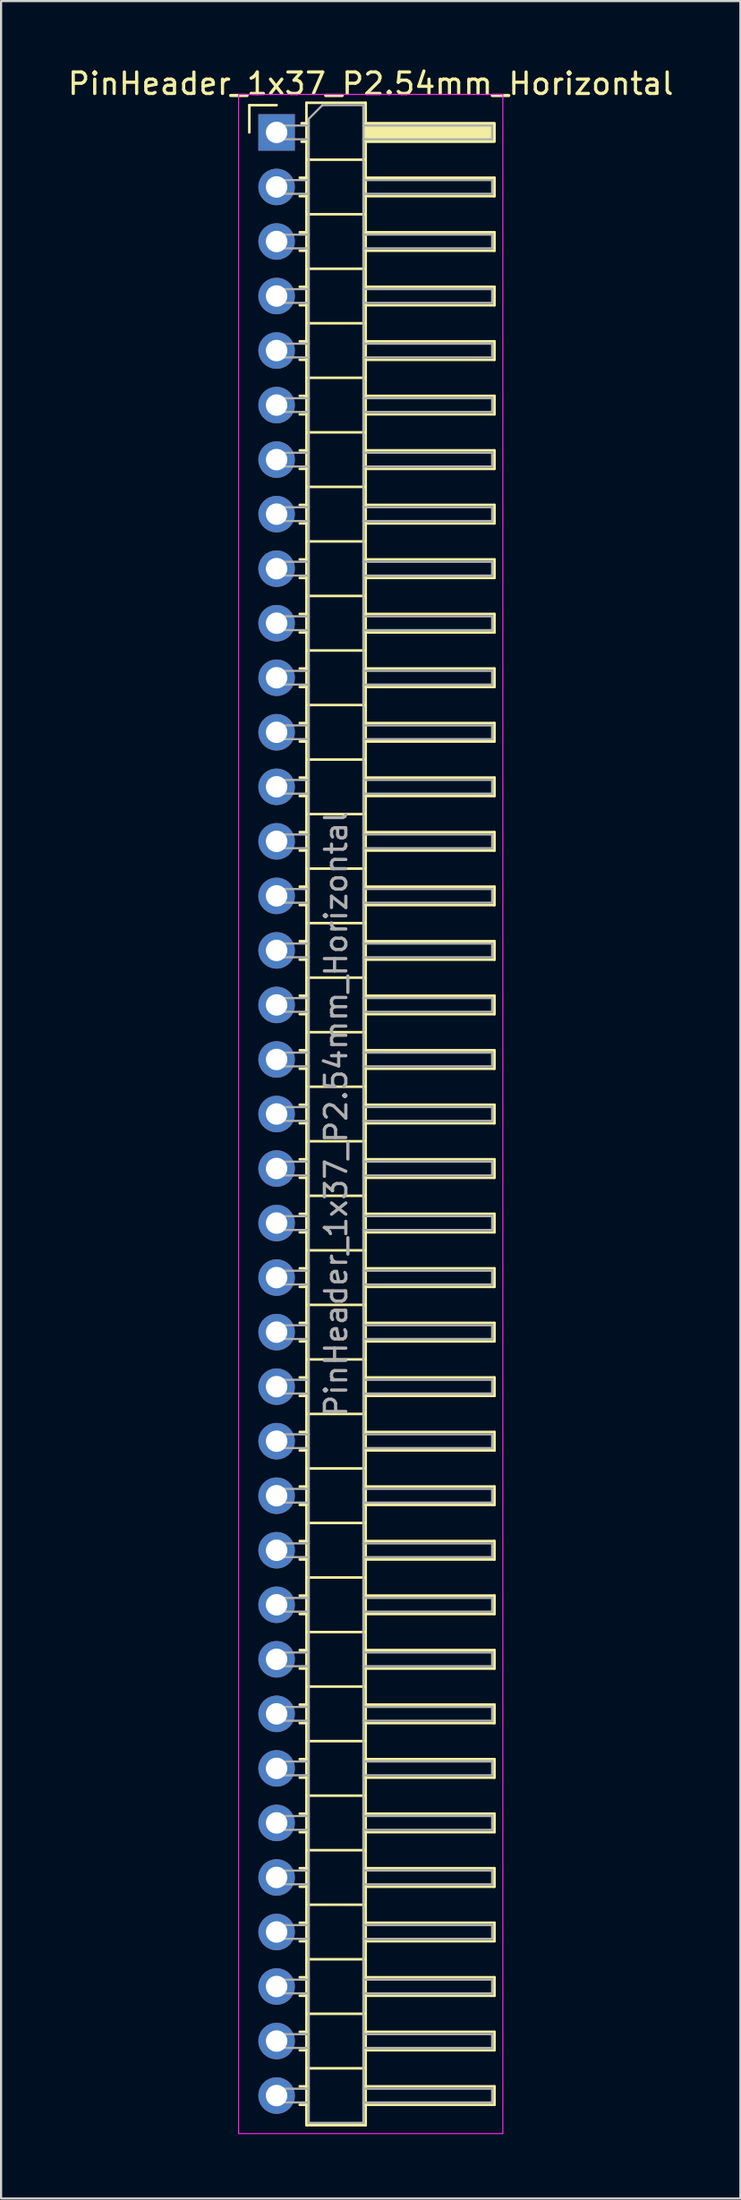
<source format=kicad_pcb>
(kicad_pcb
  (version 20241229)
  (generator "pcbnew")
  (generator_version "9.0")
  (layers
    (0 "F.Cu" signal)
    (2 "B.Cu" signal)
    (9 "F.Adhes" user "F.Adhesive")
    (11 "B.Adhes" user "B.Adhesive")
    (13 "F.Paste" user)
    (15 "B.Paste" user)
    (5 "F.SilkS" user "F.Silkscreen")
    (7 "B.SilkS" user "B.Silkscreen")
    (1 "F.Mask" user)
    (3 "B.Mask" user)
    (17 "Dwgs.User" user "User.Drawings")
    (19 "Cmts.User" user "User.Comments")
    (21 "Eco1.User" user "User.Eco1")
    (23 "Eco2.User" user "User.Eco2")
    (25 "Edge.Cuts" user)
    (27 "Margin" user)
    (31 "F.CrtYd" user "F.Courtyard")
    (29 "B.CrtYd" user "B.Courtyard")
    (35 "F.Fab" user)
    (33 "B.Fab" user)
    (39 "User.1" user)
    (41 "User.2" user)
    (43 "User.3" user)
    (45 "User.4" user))
  (footprint "PinHeader_1x37_P2.54mm_Horizontal"
    (layer "F.Cu")
    (at 9.835 3.118)
    (property "Reference" "PinHeader_1x37_P2.54mm_Horizontal" (at 4.385 -2.27 0) (layer "F.SilkS") (effects (font (size 1 1) (thickness 0.15))))
    (attr through_hole)
    (fp_line (start -1.27 -1.27) (end 0 -1.27) (stroke (width 0.12) (type solid)) (layer "F.SilkS"))
    (fp_line (start -1.27 0) (end -1.27 -1.27) (stroke (width 0.12) (type solid)) (layer "F.SilkS"))
    (fp_line (start 1.077 2.11) (end 1.39 2.11) (stroke (width 0.12) (type solid)) (layer "F.SilkS"))
    (fp_line (start 1.077 2.97) (end 1.39 2.97) (stroke (width 0.12) (type solid)) (layer "F.SilkS"))
    (fp_line (start 1.077 4.65) (end 1.39 4.65) (stroke (width 0.12) (type solid)) (layer "F.SilkS"))
    (fp_line (start 1.077 5.51) (end 1.39 5.51) (stroke (width 0.12) (type solid)) (layer "F.SilkS"))
    (fp_line (start 1.077 7.19) (end 1.39 7.19) (stroke (width 0.12) (type solid)) (layer "F.SilkS"))
    (fp_line (start 1.077 8.05) (end 1.39 8.05) (stroke (width 0.12) (type solid)) (layer "F.SilkS"))
    (fp_line (start 1.077 9.73) (end 1.39 9.73) (stroke (width 0.12) (type solid)) (layer "F.SilkS"))
    (fp_line (start 1.077 10.59) (end 1.39 10.59) (stroke (width 0.12) (type solid)) (layer "F.SilkS"))
    (fp_line (start 1.077 12.27) (end 1.39 12.27) (stroke (width 0.12) (type solid)) (layer "F.SilkS"))
    (fp_line (start 1.077 13.13) (end 1.39 13.13) (stroke (width 0.12) (type solid)) (layer "F.SilkS"))
    (fp_line (start 1.077 14.81) (end 1.39 14.81) (stroke (width 0.12) (type solid)) (layer "F.SilkS"))
    (fp_line (start 1.077 15.67) (end 1.39 15.67) (stroke (width 0.12) (type solid)) (layer "F.SilkS"))
    (fp_line (start 1.077 17.35) (end 1.39 17.35) (stroke (width 0.12) (type solid)) (layer "F.SilkS"))
    (fp_line (start 1.077 18.21) (end 1.39 18.21) (stroke (width 0.12) (type solid)) (layer "F.SilkS"))
    (fp_line (start 1.077 19.89) (end 1.39 19.89) (stroke (width 0.12) (type solid)) (layer "F.SilkS"))
    (fp_line (start 1.077 20.75) (end 1.39 20.75) (stroke (width 0.12) (type solid)) (layer "F.SilkS"))
    (fp_line (start 1.077 22.43) (end 1.39 22.43) (stroke (width 0.12) (type solid)) (layer "F.SilkS"))
    (fp_line (start 1.077 23.29) (end 1.39 23.29) (stroke (width 0.12) (type solid)) (layer "F.SilkS"))
    (fp_line (start 1.077 24.97) (end 1.39 24.97) (stroke (width 0.12) (type solid)) (layer "F.SilkS"))
    (fp_line (start 1.077 25.83) (end 1.39 25.83) (stroke (width 0.12) (type solid)) (layer "F.SilkS"))
    (fp_line (start 1.077 27.51) (end 1.39 27.51) (stroke (width 0.12) (type solid)) (layer "F.SilkS"))
    (fp_line (start 1.077 28.37) (end 1.39 28.37) (stroke (width 0.12) (type solid)) (layer "F.SilkS"))
    (fp_line (start 1.077 30.05) (end 1.39 30.05) (stroke (width 0.12) (type solid)) (layer "F.SilkS"))
    (fp_line (start 1.077 30.91) (end 1.39 30.91) (stroke (width 0.12) (type solid)) (layer "F.SilkS"))
    (fp_line (start 1.077 32.59) (end 1.39 32.59) (stroke (width 0.12) (type solid)) (layer "F.SilkS"))
    (fp_line (start 1.077 33.45) (end 1.39 33.45) (stroke (width 0.12) (type solid)) (layer "F.SilkS"))
    (fp_line (start 1.077 35.13) (end 1.39 35.13) (stroke (width 0.12) (type solid)) (layer "F.SilkS"))
    (fp_line (start 1.077 35.99) (end 1.39 35.99) (stroke (width 0.12) (type solid)) (layer "F.SilkS"))
    (fp_line (start 1.077 37.67) (end 1.39 37.67) (stroke (width 0.12) (type solid)) (layer "F.SilkS"))
    (fp_line (start 1.077 38.53) (end 1.39 38.53) (stroke (width 0.12) (type solid)) (layer "F.SilkS"))
    (fp_line (start 1.077 40.21) (end 1.39 40.21) (stroke (width 0.12) (type solid)) (layer "F.SilkS"))
    (fp_line (start 1.077 41.07) (end 1.39 41.07) (stroke (width 0.12) (type solid)) (layer "F.SilkS"))
    (fp_line (start 1.077 42.75) (end 1.39 42.75) (stroke (width 0.12) (type solid)) (layer "F.SilkS"))
    (fp_line (start 1.077 43.61) (end 1.39 43.61) (stroke (width 0.12) (type solid)) (layer "F.SilkS"))
    (fp_line (start 1.077 45.29) (end 1.39 45.29) (stroke (width 0.12) (type solid)) (layer "F.SilkS"))
    (fp_line (start 1.077 46.15) (end 1.39 46.15) (stroke (width 0.12) (type solid)) (layer "F.SilkS"))
    (fp_line (start 1.077 47.83) (end 1.39 47.83) (stroke (width 0.12) (type solid)) (layer "F.SilkS"))
    (fp_line (start 1.077 48.69) (end 1.39 48.69) (stroke (width 0.12) (type solid)) (layer "F.SilkS"))
    (fp_line (start 1.077 50.37) (end 1.39 50.37) (stroke (width 0.12) (type solid)) (layer "F.SilkS"))
    (fp_line (start 1.077 51.23) (end 1.39 51.23) (stroke (width 0.12) (type solid)) (layer "F.SilkS"))
    (fp_line (start 1.077 52.91) (end 1.39 52.91) (stroke (width 0.12) (type solid)) (layer "F.SilkS"))
    (fp_line (start 1.077 53.77) (end 1.39 53.77) (stroke (width 0.12) (type solid)) (layer "F.SilkS"))
    (fp_line (start 1.077 55.45) (end 1.39 55.45) (stroke (width 0.12) (type solid)) (layer "F.SilkS"))
    (fp_line (start 1.077 56.31) (end 1.39 56.31) (stroke (width 0.12) (type solid)) (layer "F.SilkS"))
    (fp_line (start 1.077 57.99) (end 1.39 57.99) (stroke (width 0.12) (type solid)) (layer "F.SilkS"))
    (fp_line (start 1.077 58.85) (end 1.39 58.85) (stroke (width 0.12) (type solid)) (layer "F.SilkS"))
    (fp_line (start 1.077 60.53) (end 1.39 60.53) (stroke (width 0.12) (type solid)) (layer "F.SilkS"))
    (fp_line (start 1.077 61.39) (end 1.39 61.39) (stroke (width 0.12) (type solid)) (layer "F.SilkS"))
    (fp_line (start 1.077 63.07) (end 1.39 63.07) (stroke (width 0.12) (type solid)) (layer "F.SilkS"))
    (fp_line (start 1.077 63.93) (end 1.39 63.93) (stroke (width 0.12) (type solid)) (layer "F.SilkS"))
    (fp_line (start 1.077 65.61) (end 1.39 65.61) (stroke (width 0.12) (type solid)) (layer "F.SilkS"))
    (fp_line (start 1.077 66.47) (end 1.39 66.47) (stroke (width 0.12) (type solid)) (layer "F.SilkS"))
    (fp_line (start 1.077 68.15) (end 1.39 68.15) (stroke (width 0.12) (type solid)) (layer "F.SilkS"))
    (fp_line (start 1.077 69.01) (end 1.39 69.01) (stroke (width 0.12) (type solid)) (layer "F.SilkS"))
    (fp_line (start 1.077 70.69) (end 1.39 70.69) (stroke (width 0.12) (type solid)) (layer "F.SilkS"))
    (fp_line (start 1.077 71.55) (end 1.39 71.55) (stroke (width 0.12) (type solid)) (layer "F.SilkS"))
    (fp_line (start 1.077 73.23) (end 1.39 73.23) (stroke (width 0.12) (type solid)) (layer "F.SilkS"))
    (fp_line (start 1.077 74.09) (end 1.39 74.09) (stroke (width 0.12) (type solid)) (layer "F.SilkS"))
    (fp_line (start 1.077 75.77) (end 1.39 75.77) (stroke (width 0.12) (type solid)) (layer "F.SilkS"))
    (fp_line (start 1.077 76.63) (end 1.39 76.63) (stroke (width 0.12) (type solid)) (layer "F.SilkS"))
    (fp_line (start 1.077 78.31) (end 1.39 78.31) (stroke (width 0.12) (type solid)) (layer "F.SilkS"))
    (fp_line (start 1.077 79.17) (end 1.39 79.17) (stroke (width 0.12) (type solid)) (layer "F.SilkS"))
    (fp_line (start 1.077 80.85) (end 1.39 80.85) (stroke (width 0.12) (type solid)) (layer "F.SilkS"))
    (fp_line (start 1.077 81.71) (end 1.39 81.71) (stroke (width 0.12) (type solid)) (layer "F.SilkS"))
    (fp_line (start 1.077 83.39) (end 1.39 83.39) (stroke (width 0.12) (type solid)) (layer "F.SilkS"))
    (fp_line (start 1.077 84.25) (end 1.39 84.25) (stroke (width 0.12) (type solid)) (layer "F.SilkS"))
    (fp_line (start 1.077 85.93) (end 1.39 85.93) (stroke (width 0.12) (type solid)) (layer "F.SilkS"))
    (fp_line (start 1.077 86.79) (end 1.39 86.79) (stroke (width 0.12) (type solid)) (layer "F.SilkS"))
    (fp_line (start 1.077 88.47) (end 1.39 88.47) (stroke (width 0.12) (type solid)) (layer "F.SilkS"))
    (fp_line (start 1.077 89.33) (end 1.39 89.33) (stroke (width 0.12) (type solid)) (layer "F.SilkS"))
    (fp_line (start 1.077 91.01) (end 1.39 91.01) (stroke (width 0.12) (type solid)) (layer "F.SilkS"))
    (fp_line (start 1.077 91.87) (end 1.39 91.87) (stroke (width 0.12) (type solid)) (layer "F.SilkS"))
    (fp_line (start 1.16 -0.43) (end 1.39 -0.43) (stroke (width 0.12) (type solid)) (layer "F.SilkS"))
    (fp_line (start 1.16 0.43) (end 1.39 0.43) (stroke (width 0.12) (type solid)) (layer "F.SilkS"))
    (fp_line (start 1.39 -1.38) (end 1.39 92.82) (stroke (width 0.12) (type solid)) (layer "F.SilkS"))
    (fp_line (start 1.39 1.27) (end 4.15 1.27) (stroke (width 0.12) (type solid)) (layer "F.SilkS"))
    (fp_line (start 1.39 3.81) (end 4.15 3.81) (stroke (width 0.12) (type solid)) (layer "F.SilkS"))
    (fp_line (start 1.39 6.35) (end 4.15 6.35) (stroke (width 0.12) (type solid)) (layer "F.SilkS"))
    (fp_line (start 1.39 8.89) (end 4.15 8.89) (stroke (width 0.12) (type solid)) (layer "F.SilkS"))
    (fp_line (start 1.39 11.43) (end 4.15 11.43) (stroke (width 0.12) (type solid)) (layer "F.SilkS"))
    (fp_line (start 1.39 13.97) (end 4.15 13.97) (stroke (width 0.12) (type solid)) (layer "F.SilkS"))
    (fp_line (start 1.39 16.51) (end 4.15 16.51) (stroke (width 0.12) (type solid)) (layer "F.SilkS"))
    (fp_line (start 1.39 19.05) (end 4.15 19.05) (stroke (width 0.12) (type solid)) (layer "F.SilkS"))
    (fp_line (start 1.39 21.59) (end 4.15 21.59) (stroke (width 0.12) (type solid)) (layer "F.SilkS"))
    (fp_line (start 1.39 24.13) (end 4.15 24.13) (stroke (width 0.12) (type solid)) (layer "F.SilkS"))
    (fp_line (start 1.39 26.67) (end 4.15 26.67) (stroke (width 0.12) (type solid)) (layer "F.SilkS"))
    (fp_line (start 1.39 29.21) (end 4.15 29.21) (stroke (width 0.12) (type solid)) (layer "F.SilkS"))
    (fp_line (start 1.39 31.75) (end 4.15 31.75) (stroke (width 0.12) (type solid)) (layer "F.SilkS"))
    (fp_line (start 1.39 34.29) (end 4.15 34.29) (stroke (width 0.12) (type solid)) (layer "F.SilkS"))
    (fp_line (start 1.39 36.83) (end 4.15 36.83) (stroke (width 0.12) (type solid)) (layer "F.SilkS"))
    (fp_line (start 1.39 39.37) (end 4.15 39.37) (stroke (width 0.12) (type solid)) (layer "F.SilkS"))
    (fp_line (start 1.39 41.91) (end 4.15 41.91) (stroke (width 0.12) (type solid)) (layer "F.SilkS"))
    (fp_line (start 1.39 44.45) (end 4.15 44.45) (stroke (width 0.12) (type solid)) (layer "F.SilkS"))
    (fp_line (start 1.39 46.99) (end 4.15 46.99) (stroke (width 0.12) (type solid)) (layer "F.SilkS"))
    (fp_line (start 1.39 49.53) (end 4.15 49.53) (stroke (width 0.12) (type solid)) (layer "F.SilkS"))
    (fp_line (start 1.39 52.07) (end 4.15 52.07) (stroke (width 0.12) (type solid)) (layer "F.SilkS"))
    (fp_line (start 1.39 54.61) (end 4.15 54.61) (stroke (width 0.12) (type solid)) (layer "F.SilkS"))
    (fp_line (start 1.39 57.15) (end 4.15 57.15) (stroke (width 0.12) (type solid)) (layer "F.SilkS"))
    (fp_line (start 1.39 59.69) (end 4.15 59.69) (stroke (width 0.12) (type solid)) (layer "F.SilkS"))
    (fp_line (start 1.39 62.23) (end 4.15 62.23) (stroke (width 0.12) (type solid)) (layer "F.SilkS"))
    (fp_line (start 1.39 64.77) (end 4.15 64.77) (stroke (width 0.12) (type solid)) (layer "F.SilkS"))
    (fp_line (start 1.39 67.31) (end 4.15 67.31) (stroke (width 0.12) (type solid)) (layer "F.SilkS"))
    (fp_line (start 1.39 69.85) (end 4.15 69.85) (stroke (width 0.12) (type solid)) (layer "F.SilkS"))
    (fp_line (start 1.39 72.39) (end 4.15 72.39) (stroke (width 0.12) (type solid)) (layer "F.SilkS"))
    (fp_line (start 1.39 74.93) (end 4.15 74.93) (stroke (width 0.12) (type solid)) (layer "F.SilkS"))
    (fp_line (start 1.39 77.47) (end 4.15 77.47) (stroke (width 0.12) (type solid)) (layer "F.SilkS"))
    (fp_line (start 1.39 80.01) (end 4.15 80.01) (stroke (width 0.12) (type solid)) (layer "F.SilkS"))
    (fp_line (start 1.39 82.55) (end 4.15 82.55) (stroke (width 0.12) (type solid)) (layer "F.SilkS"))
    (fp_line (start 1.39 85.09) (end 4.15 85.09) (stroke (width 0.12) (type solid)) (layer "F.SilkS"))
    (fp_line (start 1.39 87.63) (end 4.15 87.63) (stroke (width 0.12) (type solid)) (layer "F.SilkS"))
    (fp_line (start 1.39 90.17) (end 4.15 90.17) (stroke (width 0.12) (type solid)) (layer "F.SilkS"))
    (fp_line (start 1.39 92.82) (end 4.15 92.82) (stroke (width 0.12) (type solid)) (layer "F.SilkS"))
    (fp_line (start 4.15 -1.38) (end 1.39 -1.38) (stroke (width 0.12) (type solid)) (layer "F.SilkS"))
    (fp_line (start 4.15 2.11) (end 10.15 2.11) (stroke (width 0.12) (type solid)) (layer "F.SilkS"))
    (fp_line (start 4.15 4.65) (end 10.15 4.65) (stroke (width 0.12) (type solid)) (layer "F.SilkS"))
    (fp_line (start 4.15 7.19) (end 10.15 7.19) (stroke (width 0.12) (type solid)) (layer "F.SilkS"))
    (fp_line (start 4.15 9.73) (end 10.15 9.73) (stroke (width 0.12) (type solid)) (layer "F.SilkS"))
    (fp_line (start 4.15 12.27) (end 10.15 12.27) (stroke (width 0.12) (type solid)) (layer "F.SilkS"))
    (fp_line (start 4.15 14.81) (end 10.15 14.81) (stroke (width 0.12) (type solid)) (layer "F.SilkS"))
    (fp_line (start 4.15 17.35) (end 10.15 17.35) (stroke (width 0.12) (type solid)) (layer "F.SilkS"))
    (fp_line (start 4.15 19.89) (end 10.15 19.89) (stroke (width 0.12) (type solid)) (layer "F.SilkS"))
    (fp_line (start 4.15 22.43) (end 10.15 22.43) (stroke (width 0.12) (type solid)) (layer "F.SilkS"))
    (fp_line (start 4.15 24.97) (end 10.15 24.97) (stroke (width 0.12) (type solid)) (layer "F.SilkS"))
    (fp_line (start 4.15 27.51) (end 10.15 27.51) (stroke (width 0.12) (type solid)) (layer "F.SilkS"))
    (fp_line (start 4.15 30.05) (end 10.15 30.05) (stroke (width 0.12) (type solid)) (layer "F.SilkS"))
    (fp_line (start 4.15 32.59) (end 10.15 32.59) (stroke (width 0.12) (type solid)) (layer "F.SilkS"))
    (fp_line (start 4.15 35.13) (end 10.15 35.13) (stroke (width 0.12) (type solid)) (layer "F.SilkS"))
    (fp_line (start 4.15 37.67) (end 10.15 37.67) (stroke (width 0.12) (type solid)) (layer "F.SilkS"))
    (fp_line (start 4.15 40.21) (end 10.15 40.21) (stroke (width 0.12) (type solid)) (layer "F.SilkS"))
    (fp_line (start 4.15 42.75) (end 10.15 42.75) (stroke (width 0.12) (type solid)) (layer "F.SilkS"))
    (fp_line (start 4.15 45.29) (end 10.15 45.29) (stroke (width 0.12) (type solid)) (layer "F.SilkS"))
    (fp_line (start 4.15 47.83) (end 10.15 47.83) (stroke (width 0.12) (type solid)) (layer "F.SilkS"))
    (fp_line (start 4.15 50.37) (end 10.15 50.37) (stroke (width 0.12) (type solid)) (layer "F.SilkS"))
    (fp_line (start 4.15 52.91) (end 10.15 52.91) (stroke (width 0.12) (type solid)) (layer "F.SilkS"))
    (fp_line (start 4.15 55.45) (end 10.15 55.45) (stroke (width 0.12) (type solid)) (layer "F.SilkS"))
    (fp_line (start 4.15 57.99) (end 10.15 57.99) (stroke (width 0.12) (type solid)) (layer "F.SilkS"))
    (fp_line (start 4.15 60.53) (end 10.15 60.53) (stroke (width 0.12) (type solid)) (layer "F.SilkS"))
    (fp_line (start 4.15 63.07) (end 10.15 63.07) (stroke (width 0.12) (type solid)) (layer "F.SilkS"))
    (fp_line (start 4.15 65.61) (end 10.15 65.61) (stroke (width 0.12) (type solid)) (layer "F.SilkS"))
    (fp_line (start 4.15 68.15) (end 10.15 68.15) (stroke (width 0.12) (type solid)) (layer "F.SilkS"))
    (fp_line (start 4.15 70.69) (end 10.15 70.69) (stroke (width 0.12) (type solid)) (layer "F.SilkS"))
    (fp_line (start 4.15 73.23) (end 10.15 73.23) (stroke (width 0.12) (type solid)) (layer "F.SilkS"))
    (fp_line (start 4.15 75.77) (end 10.15 75.77) (stroke (width 0.12) (type solid)) (layer "F.SilkS"))
    (fp_line (start 4.15 78.31) (end 10.15 78.31) (stroke (width 0.12) (type solid)) (layer "F.SilkS"))
    (fp_line (start 4.15 80.85) (end 10.15 80.85) (stroke (width 0.12) (type solid)) (layer "F.SilkS"))
    (fp_line (start 4.15 83.39) (end 10.15 83.39) (stroke (width 0.12) (type solid)) (layer "F.SilkS"))
    (fp_line (start 4.15 85.93) (end 10.15 85.93) (stroke (width 0.12) (type solid)) (layer "F.SilkS"))
    (fp_line (start 4.15 88.47) (end 10.15 88.47) (stroke (width 0.12) (type solid)) (layer "F.SilkS"))
    (fp_line (start 4.15 91.01) (end 10.15 91.01) (stroke (width 0.12) (type solid)) (layer "F.SilkS"))
    (fp_line (start 4.15 92.82) (end 4.15 -1.38) (stroke (width 0.12) (type solid)) (layer "F.SilkS"))
    (fp_line (start 10.15 2.11) (end 10.15 2.97) (stroke (width 0.12) (type solid)) (layer "F.SilkS"))
    (fp_line (start 10.15 2.97) (end 4.15 2.97) (stroke (width 0.12) (type solid)) (layer "F.SilkS"))
    (fp_line (start 10.15 4.65) (end 10.15 5.51) (stroke (width 0.12) (type solid)) (layer "F.SilkS"))
    (fp_line (start 10.15 5.51) (end 4.15 5.51) (stroke (width 0.12) (type solid)) (layer "F.SilkS"))
    (fp_line (start 10.15 7.19) (end 10.15 8.05) (stroke (width 0.12) (type solid)) (layer "F.SilkS"))
    (fp_line (start 10.15 8.05) (end 4.15 8.05) (stroke (width 0.12) (type solid)) (layer "F.SilkS"))
    (fp_line (start 10.15 9.73) (end 10.15 10.59) (stroke (width 0.12) (type solid)) (layer "F.SilkS"))
    (fp_line (start 10.15 10.59) (end 4.15 10.59) (stroke (width 0.12) (type solid)) (layer "F.SilkS"))
    (fp_line (start 10.15 12.27) (end 10.15 13.13) (stroke (width 0.12) (type solid)) (layer "F.SilkS"))
    (fp_line (start 10.15 13.13) (end 4.15 13.13) (stroke (width 0.12) (type solid)) (layer "F.SilkS"))
    (fp_line (start 10.15 14.81) (end 10.15 15.67) (stroke (width 0.12) (type solid)) (layer "F.SilkS"))
    (fp_line (start 10.15 15.67) (end 4.15 15.67) (stroke (width 0.12) (type solid)) (layer "F.SilkS"))
    (fp_line (start 10.15 17.35) (end 10.15 18.21) (stroke (width 0.12) (type solid)) (layer "F.SilkS"))
    (fp_line (start 10.15 18.21) (end 4.15 18.21) (stroke (width 0.12) (type solid)) (layer "F.SilkS"))
    (fp_line (start 10.15 19.89) (end 10.15 20.75) (stroke (width 0.12) (type solid)) (layer "F.SilkS"))
    (fp_line (start 10.15 20.75) (end 4.15 20.75) (stroke (width 0.12) (type solid)) (layer "F.SilkS"))
    (fp_line (start 10.15 22.43) (end 10.15 23.29) (stroke (width 0.12) (type solid)) (layer "F.SilkS"))
    (fp_line (start 10.15 23.29) (end 4.15 23.29) (stroke (width 0.12) (type solid)) (layer "F.SilkS"))
    (fp_line (start 10.15 24.97) (end 10.15 25.83) (stroke (width 0.12) (type solid)) (layer "F.SilkS"))
    (fp_line (start 10.15 25.83) (end 4.15 25.83) (stroke (width 0.12) (type solid)) (layer "F.SilkS"))
    (fp_line (start 10.15 27.51) (end 10.15 28.37) (stroke (width 0.12) (type solid)) (layer "F.SilkS"))
    (fp_line (start 10.15 28.37) (end 4.15 28.37) (stroke (width 0.12) (type solid)) (layer "F.SilkS"))
    (fp_line (start 10.15 30.05) (end 10.15 30.91) (stroke (width 0.12) (type solid)) (layer "F.SilkS"))
    (fp_line (start 10.15 30.91) (end 4.15 30.91) (stroke (width 0.12) (type solid)) (layer "F.SilkS"))
    (fp_line (start 10.15 32.59) (end 10.15 33.45) (stroke (width 0.12) (type solid)) (layer "F.SilkS"))
    (fp_line (start 10.15 33.45) (end 4.15 33.45) (stroke (width 0.12) (type solid)) (layer "F.SilkS"))
    (fp_line (start 10.15 35.13) (end 10.15 35.99) (stroke (width 0.12) (type solid)) (layer "F.SilkS"))
    (fp_line (start 10.15 35.99) (end 4.15 35.99) (stroke (width 0.12) (type solid)) (layer "F.SilkS"))
    (fp_line (start 10.15 37.67) (end 10.15 38.53) (stroke (width 0.12) (type solid)) (layer "F.SilkS"))
    (fp_line (start 10.15 38.53) (end 4.15 38.53) (stroke (width 0.12) (type solid)) (layer "F.SilkS"))
    (fp_line (start 10.15 40.21) (end 10.15 41.07) (stroke (width 0.12) (type solid)) (layer "F.SilkS"))
    (fp_line (start 10.15 41.07) (end 4.15 41.07) (stroke (width 0.12) (type solid)) (layer "F.SilkS"))
    (fp_line (start 10.15 42.75) (end 10.15 43.61) (stroke (width 0.12) (type solid)) (layer "F.SilkS"))
    (fp_line (start 10.15 43.61) (end 4.15 43.61) (stroke (width 0.12) (type solid)) (layer "F.SilkS"))
    (fp_line (start 10.15 45.29) (end 10.15 46.15) (stroke (width 0.12) (type solid)) (layer "F.SilkS"))
    (fp_line (start 10.15 46.15) (end 4.15 46.15) (stroke (width 0.12) (type solid)) (layer "F.SilkS"))
    (fp_line (start 10.15 47.83) (end 10.15 48.69) (stroke (width 0.12) (type solid)) (layer "F.SilkS"))
    (fp_line (start 10.15 48.69) (end 4.15 48.69) (stroke (width 0.12) (type solid)) (layer "F.SilkS"))
    (fp_line (start 10.15 50.37) (end 10.15 51.23) (stroke (width 0.12) (type solid)) (layer "F.SilkS"))
    (fp_line (start 10.15 51.23) (end 4.15 51.23) (stroke (width 0.12) (type solid)) (layer "F.SilkS"))
    (fp_line (start 10.15 52.91) (end 10.15 53.77) (stroke (width 0.12) (type solid)) (layer "F.SilkS"))
    (fp_line (start 10.15 53.77) (end 4.15 53.77) (stroke (width 0.12) (type solid)) (layer "F.SilkS"))
    (fp_line (start 10.15 55.45) (end 10.15 56.31) (stroke (width 0.12) (type solid)) (layer "F.SilkS"))
    (fp_line (start 10.15 56.31) (end 4.15 56.31) (stroke (width 0.12) (type solid)) (layer "F.SilkS"))
    (fp_line (start 10.15 57.99) (end 10.15 58.85) (stroke (width 0.12) (type solid)) (layer "F.SilkS"))
    (fp_line (start 10.15 58.85) (end 4.15 58.85) (stroke (width 0.12) (type solid)) (layer "F.SilkS"))
    (fp_line (start 10.15 60.53) (end 10.15 61.39) (stroke (width 0.12) (type solid)) (layer "F.SilkS"))
    (fp_line (start 10.15 61.39) (end 4.15 61.39) (stroke (width 0.12) (type solid)) (layer "F.SilkS"))
    (fp_line (start 10.15 63.07) (end 10.15 63.93) (stroke (width 0.12) (type solid)) (layer "F.SilkS"))
    (fp_line (start 10.15 63.93) (end 4.15 63.93) (stroke (width 0.12) (type solid)) (layer "F.SilkS"))
    (fp_line (start 10.15 65.61) (end 10.15 66.47) (stroke (width 0.12) (type solid)) (layer "F.SilkS"))
    (fp_line (start 10.15 66.47) (end 4.15 66.47) (stroke (width 0.12) (type solid)) (layer "F.SilkS"))
    (fp_line (start 10.15 68.15) (end 10.15 69.01) (stroke (width 0.12) (type solid)) (layer "F.SilkS"))
    (fp_line (start 10.15 69.01) (end 4.15 69.01) (stroke (width 0.12) (type solid)) (layer "F.SilkS"))
    (fp_line (start 10.15 70.69) (end 10.15 71.55) (stroke (width 0.12) (type solid)) (layer "F.SilkS"))
    (fp_line (start 10.15 71.55) (end 4.15 71.55) (stroke (width 0.12) (type solid)) (layer "F.SilkS"))
    (fp_line (start 10.15 73.23) (end 10.15 74.09) (stroke (width 0.12) (type solid)) (layer "F.SilkS"))
    (fp_line (start 10.15 74.09) (end 4.15 74.09) (stroke (width 0.12) (type solid)) (layer "F.SilkS"))
    (fp_line (start 10.15 75.77) (end 10.15 76.63) (stroke (width 0.12) (type solid)) (layer "F.SilkS"))
    (fp_line (start 10.15 76.63) (end 4.15 76.63) (stroke (width 0.12) (type solid)) (layer "F.SilkS"))
    (fp_line (start 10.15 78.31) (end 10.15 79.17) (stroke (width 0.12) (type solid)) (layer "F.SilkS"))
    (fp_line (start 10.15 79.17) (end 4.15 79.17) (stroke (width 0.12) (type solid)) (layer "F.SilkS"))
    (fp_line (start 10.15 80.85) (end 10.15 81.71) (stroke (width 0.12) (type solid)) (layer "F.SilkS"))
    (fp_line (start 10.15 81.71) (end 4.15 81.71) (stroke (width 0.12) (type solid)) (layer "F.SilkS"))
    (fp_line (start 10.15 83.39) (end 10.15 84.25) (stroke (width 0.12) (type solid)) (layer "F.SilkS"))
    (fp_line (start 10.15 84.25) (end 4.15 84.25) (stroke (width 0.12) (type solid)) (layer "F.SilkS"))
    (fp_line (start 10.15 85.93) (end 10.15 86.79) (stroke (width 0.12) (type solid)) (layer "F.SilkS"))
    (fp_line (start 10.15 86.79) (end 4.15 86.79) (stroke (width 0.12) (type solid)) (layer "F.SilkS"))
    (fp_line (start 10.15 88.47) (end 10.15 89.33) (stroke (width 0.12) (type solid)) (layer "F.SilkS"))
    (fp_line (start 10.15 89.33) (end 4.15 89.33) (stroke (width 0.12) (type solid)) (layer "F.SilkS"))
    (fp_line (start 10.15 91.01) (end 10.15 91.87) (stroke (width 0.12) (type solid)) (layer "F.SilkS"))
    (fp_line (start 10.15 91.87) (end 4.15 91.87) (stroke (width 0.12) (type solid)) (layer "F.SilkS"))
    (fp_rect (start 4.15 -0.43) (end 10.15 0.43) (stroke (width 0.12) (type solid)) (fill yes) (layer "F.SilkS"))
    (fp_line (start -1.77 -1.77) (end -1.77 93.21) (stroke (width 0.05) (type solid)) (layer "F.CrtYd"))
    (fp_line (start -1.77 93.21) (end 10.54 93.21) (stroke (width 0.05) (type solid)) (layer "F.CrtYd"))
    (fp_line (start 10.54 -1.77) (end -1.77 -1.77) (stroke (width 0.05) (type solid)) (layer "F.CrtYd"))
    (fp_line (start 10.54 93.21) (end 10.54 -1.77) (stroke (width 0.05) (type solid)) (layer "F.CrtYd"))
    (fp_line (start -0.32 -0.32) (end -0.32 0.32) (stroke (width 0.1) (type solid)) (layer "F.Fab"))
    (fp_line (start -0.32 -0.32) (end 1.5 -0.32) (stroke (width 0.1) (type solid)) (layer "F.Fab"))
    (fp_line (start -0.32 0.32) (end 1.5 0.32) (stroke (width 0.1) (type solid)) (layer "F.Fab"))
    (fp_line (start -0.32 2.22) (end -0.32 2.86) (stroke (width 0.1) (type solid)) (layer "F.Fab"))
    (fp_line (start -0.32 2.22) (end 1.5 2.22) (stroke (width 0.1) (type solid)) (layer "F.Fab"))
    (fp_line (start -0.32 2.86) (end 1.5 2.86) (stroke (width 0.1) (type solid)) (layer "F.Fab"))
    (fp_line (start -0.32 4.76) (end -0.32 5.4) (stroke (width 0.1) (type solid)) (layer "F.Fab"))
    (fp_line (start -0.32 4.76) (end 1.5 4.76) (stroke (width 0.1) (type solid)) (layer "F.Fab"))
    (fp_line (start -0.32 5.4) (end 1.5 5.4) (stroke (width 0.1) (type solid)) (layer "F.Fab"))
    (fp_line (start -0.32 7.3) (end -0.32 7.94) (stroke (width 0.1) (type solid)) (layer "F.Fab"))
    (fp_line (start -0.32 7.3) (end 1.5 7.3) (stroke (width 0.1) (type solid)) (layer "F.Fab"))
    (fp_line (start -0.32 7.94) (end 1.5 7.94) (stroke (width 0.1) (type solid)) (layer "F.Fab"))
    (fp_line (start -0.32 9.84) (end -0.32 10.48) (stroke (width 0.1) (type solid)) (layer "F.Fab"))
    (fp_line (start -0.32 9.84) (end 1.5 9.84) (stroke (width 0.1) (type solid)) (layer "F.Fab"))
    (fp_line (start -0.32 10.48) (end 1.5 10.48) (stroke (width 0.1) (type solid)) (layer "F.Fab"))
    (fp_line (start -0.32 12.38) (end -0.32 13.02) (stroke (width 0.1) (type solid)) (layer "F.Fab"))
    (fp_line (start -0.32 12.38) (end 1.5 12.38) (stroke (width 0.1) (type solid)) (layer "F.Fab"))
    (fp_line (start -0.32 13.02) (end 1.5 13.02) (stroke (width 0.1) (type solid)) (layer "F.Fab"))
    (fp_line (start -0.32 14.92) (end -0.32 15.56) (stroke (width 0.1) (type solid)) (layer "F.Fab"))
    (fp_line (start -0.32 14.92) (end 1.5 14.92) (stroke (width 0.1) (type solid)) (layer "F.Fab"))
    (fp_line (start -0.32 15.56) (end 1.5 15.56) (stroke (width 0.1) (type solid)) (layer "F.Fab"))
    (fp_line (start -0.32 17.46) (end -0.32 18.1) (stroke (width 0.1) (type solid)) (layer "F.Fab"))
    (fp_line (start -0.32 17.46) (end 1.5 17.46) (stroke (width 0.1) (type solid)) (layer "F.Fab"))
    (fp_line (start -0.32 18.1) (end 1.5 18.1) (stroke (width 0.1) (type solid)) (layer "F.Fab"))
    (fp_line (start -0.32 20) (end -0.32 20.64) (stroke (width 0.1) (type solid)) (layer "F.Fab"))
    (fp_line (start -0.32 20) (end 1.5 20) (stroke (width 0.1) (type solid)) (layer "F.Fab"))
    (fp_line (start -0.32 20.64) (end 1.5 20.64) (stroke (width 0.1) (type solid)) (layer "F.Fab"))
    (fp_line (start -0.32 22.54) (end -0.32 23.18) (stroke (width 0.1) (type solid)) (layer "F.Fab"))
    (fp_line (start -0.32 22.54) (end 1.5 22.54) (stroke (width 0.1) (type solid)) (layer "F.Fab"))
    (fp_line (start -0.32 23.18) (end 1.5 23.18) (stroke (width 0.1) (type solid)) (layer "F.Fab"))
    (fp_line (start -0.32 25.08) (end -0.32 25.72) (stroke (width 0.1) (type solid)) (layer "F.Fab"))
    (fp_line (start -0.32 25.08) (end 1.5 25.08) (stroke (width 0.1) (type solid)) (layer "F.Fab"))
    (fp_line (start -0.32 25.72) (end 1.5 25.72) (stroke (width 0.1) (type solid)) (layer "F.Fab"))
    (fp_line (start -0.32 27.62) (end -0.32 28.26) (stroke (width 0.1) (type solid)) (layer "F.Fab"))
    (fp_line (start -0.32 27.62) (end 1.5 27.62) (stroke (width 0.1) (type solid)) (layer "F.Fab"))
    (fp_line (start -0.32 28.26) (end 1.5 28.26) (stroke (width 0.1) (type solid)) (layer "F.Fab"))
    (fp_line (start -0.32 30.16) (end -0.32 30.8) (stroke (width 0.1) (type solid)) (layer "F.Fab"))
    (fp_line (start -0.32 30.16) (end 1.5 30.16) (stroke (width 0.1) (type solid)) (layer "F.Fab"))
    (fp_line (start -0.32 30.8) (end 1.5 30.8) (stroke (width 0.1) (type solid)) (layer "F.Fab"))
    (fp_line (start -0.32 32.7) (end -0.32 33.34) (stroke (width 0.1) (type solid)) (layer "F.Fab"))
    (fp_line (start -0.32 32.7) (end 1.5 32.7) (stroke (width 0.1) (type solid)) (layer "F.Fab"))
    (fp_line (start -0.32 33.34) (end 1.5 33.34) (stroke (width 0.1) (type solid)) (layer "F.Fab"))
    (fp_line (start -0.32 35.24) (end -0.32 35.88) (stroke (width 0.1) (type solid)) (layer "F.Fab"))
    (fp_line (start -0.32 35.24) (end 1.5 35.24) (stroke (width 0.1) (type solid)) (layer "F.Fab"))
    (fp_line (start -0.32 35.88) (end 1.5 35.88) (stroke (width 0.1) (type solid)) (layer "F.Fab"))
    (fp_line (start -0.32 37.78) (end -0.32 38.42) (stroke (width 0.1) (type solid)) (layer "F.Fab"))
    (fp_line (start -0.32 37.78) (end 1.5 37.78) (stroke (width 0.1) (type solid)) (layer "F.Fab"))
    (fp_line (start -0.32 38.42) (end 1.5 38.42) (stroke (width 0.1) (type solid)) (layer "F.Fab"))
    (fp_line (start -0.32 40.32) (end -0.32 40.96) (stroke (width 0.1) (type solid)) (layer "F.Fab"))
    (fp_line (start -0.32 40.32) (end 1.5 40.32) (stroke (width 0.1) (type solid)) (layer "F.Fab"))
    (fp_line (start -0.32 40.96) (end 1.5 40.96) (stroke (width 0.1) (type solid)) (layer "F.Fab"))
    (fp_line (start -0.32 42.86) (end -0.32 43.5) (stroke (width 0.1) (type solid)) (layer "F.Fab"))
    (fp_line (start -0.32 42.86) (end 1.5 42.86) (stroke (width 0.1) (type solid)) (layer "F.Fab"))
    (fp_line (start -0.32 43.5) (end 1.5 43.5) (stroke (width 0.1) (type solid)) (layer "F.Fab"))
    (fp_line (start -0.32 45.4) (end -0.32 46.04) (stroke (width 0.1) (type solid)) (layer "F.Fab"))
    (fp_line (start -0.32 45.4) (end 1.5 45.4) (stroke (width 0.1) (type solid)) (layer "F.Fab"))
    (fp_line (start -0.32 46.04) (end 1.5 46.04) (stroke (width 0.1) (type solid)) (layer "F.Fab"))
    (fp_line (start -0.32 47.94) (end -0.32 48.58) (stroke (width 0.1) (type solid)) (layer "F.Fab"))
    (fp_line (start -0.32 47.94) (end 1.5 47.94) (stroke (width 0.1) (type solid)) (layer "F.Fab"))
    (fp_line (start -0.32 48.58) (end 1.5 48.58) (stroke (width 0.1) (type solid)) (layer "F.Fab"))
    (fp_line (start -0.32 50.48) (end -0.32 51.12) (stroke (width 0.1) (type solid)) (layer "F.Fab"))
    (fp_line (start -0.32 50.48) (end 1.5 50.48) (stroke (width 0.1) (type solid)) (layer "F.Fab"))
    (fp_line (start -0.32 51.12) (end 1.5 51.12) (stroke (width 0.1) (type solid)) (layer "F.Fab"))
    (fp_line (start -0.32 53.02) (end -0.32 53.66) (stroke (width 0.1) (type solid)) (layer "F.Fab"))
    (fp_line (start -0.32 53.02) (end 1.5 53.02) (stroke (width 0.1) (type solid)) (layer "F.Fab"))
    (fp_line (start -0.32 53.66) (end 1.5 53.66) (stroke (width 0.1) (type solid)) (layer "F.Fab"))
    (fp_line (start -0.32 55.56) (end -0.32 56.2) (stroke (width 0.1) (type solid)) (layer "F.Fab"))
    (fp_line (start -0.32 55.56) (end 1.5 55.56) (stroke (width 0.1) (type solid)) (layer "F.Fab"))
    (fp_line (start -0.32 56.2) (end 1.5 56.2) (stroke (width 0.1) (type solid)) (layer "F.Fab"))
    (fp_line (start -0.32 58.1) (end -0.32 58.74) (stroke (width 0.1) (type solid)) (layer "F.Fab"))
    (fp_line (start -0.32 58.1) (end 1.5 58.1) (stroke (width 0.1) (type solid)) (layer "F.Fab"))
    (fp_line (start -0.32 58.74) (end 1.5 58.74) (stroke (width 0.1) (type solid)) (layer "F.Fab"))
    (fp_line (start -0.32 60.64) (end -0.32 61.28) (stroke (width 0.1) (type solid)) (layer "F.Fab"))
    (fp_line (start -0.32 60.64) (end 1.5 60.64) (stroke (width 0.1) (type solid)) (layer "F.Fab"))
    (fp_line (start -0.32 61.28) (end 1.5 61.28) (stroke (width 0.1) (type solid)) (layer "F.Fab"))
    (fp_line (start -0.32 63.18) (end -0.32 63.82) (stroke (width 0.1) (type solid)) (layer "F.Fab"))
    (fp_line (start -0.32 63.18) (end 1.5 63.18) (stroke (width 0.1) (type solid)) (layer "F.Fab"))
    (fp_line (start -0.32 63.82) (end 1.5 63.82) (stroke (width 0.1) (type solid)) (layer "F.Fab"))
    (fp_line (start -0.32 65.72) (end -0.32 66.36) (stroke (width 0.1) (type solid)) (layer "F.Fab"))
    (fp_line (start -0.32 65.72) (end 1.5 65.72) (stroke (width 0.1) (type solid)) (layer "F.Fab"))
    (fp_line (start -0.32 66.36) (end 1.5 66.36) (stroke (width 0.1) (type solid)) (layer "F.Fab"))
    (fp_line (start -0.32 68.26) (end -0.32 68.9) (stroke (width 0.1) (type solid)) (layer "F.Fab"))
    (fp_line (start -0.32 68.26) (end 1.5 68.26) (stroke (width 0.1) (type solid)) (layer "F.Fab"))
    (fp_line (start -0.32 68.9) (end 1.5 68.9) (stroke (width 0.1) (type solid)) (layer "F.Fab"))
    (fp_line (start -0.32 70.8) (end -0.32 71.44) (stroke (width 0.1) (type solid)) (layer "F.Fab"))
    (fp_line (start -0.32 70.8) (end 1.5 70.8) (stroke (width 0.1) (type solid)) (layer "F.Fab"))
    (fp_line (start -0.32 71.44) (end 1.5 71.44) (stroke (width 0.1) (type solid)) (layer "F.Fab"))
    (fp_line (start -0.32 73.34) (end -0.32 73.98) (stroke (width 0.1) (type solid)) (layer "F.Fab"))
    (fp_line (start -0.32 73.34) (end 1.5 73.34) (stroke (width 0.1) (type solid)) (layer "F.Fab"))
    (fp_line (start -0.32 73.98) (end 1.5 73.98) (stroke (width 0.1) (type solid)) (layer "F.Fab"))
    (fp_line (start -0.32 75.88) (end -0.32 76.52) (stroke (width 0.1) (type solid)) (layer "F.Fab"))
    (fp_line (start -0.32 75.88) (end 1.5 75.88) (stroke (width 0.1) (type solid)) (layer "F.Fab"))
    (fp_line (start -0.32 76.52) (end 1.5 76.52) (stroke (width 0.1) (type solid)) (layer "F.Fab"))
    (fp_line (start -0.32 78.42) (end -0.32 79.06) (stroke (width 0.1) (type solid)) (layer "F.Fab"))
    (fp_line (start -0.32 78.42) (end 1.5 78.42) (stroke (width 0.1) (type solid)) (layer "F.Fab"))
    (fp_line (start -0.32 79.06) (end 1.5 79.06) (stroke (width 0.1) (type solid)) (layer "F.Fab"))
    (fp_line (start -0.32 80.96) (end -0.32 81.6) (stroke (width 0.1) (type solid)) (layer "F.Fab"))
    (fp_line (start -0.32 80.96) (end 1.5 80.96) (stroke (width 0.1) (type solid)) (layer "F.Fab"))
    (fp_line (start -0.32 81.6) (end 1.5 81.6) (stroke (width 0.1) (type solid)) (layer "F.Fab"))
    (fp_line (start -0.32 83.5) (end -0.32 84.14) (stroke (width 0.1) (type solid)) (layer "F.Fab"))
    (fp_line (start -0.32 83.5) (end 1.5 83.5) (stroke (width 0.1) (type solid)) (layer "F.Fab"))
    (fp_line (start -0.32 84.14) (end 1.5 84.14) (stroke (width 0.1) (type solid)) (layer "F.Fab"))
    (fp_line (start -0.32 86.04) (end -0.32 86.68) (stroke (width 0.1) (type solid)) (layer "F.Fab"))
    (fp_line (start -0.32 86.04) (end 1.5 86.04) (stroke (width 0.1) (type solid)) (layer "F.Fab"))
    (fp_line (start -0.32 86.68) (end 1.5 86.68) (stroke (width 0.1) (type solid)) (layer "F.Fab"))
    (fp_line (start -0.32 88.58) (end -0.32 89.22) (stroke (width 0.1) (type solid)) (layer "F.Fab"))
    (fp_line (start -0.32 88.58) (end 1.5 88.58) (stroke (width 0.1) (type solid)) (layer "F.Fab"))
    (fp_line (start -0.32 89.22) (end 1.5 89.22) (stroke (width 0.1) (type solid)) (layer "F.Fab"))
    (fp_line (start -0.32 91.12) (end -0.32 91.76) (stroke (width 0.1) (type solid)) (layer "F.Fab"))
    (fp_line (start -0.32 91.12) (end 1.5 91.12) (stroke (width 0.1) (type solid)) (layer "F.Fab"))
    (fp_line (start -0.32 91.76) (end 1.5 91.76) (stroke (width 0.1) (type solid)) (layer "F.Fab"))
    (fp_line (start 1.5 -0.635) (end 2.135 -1.27) (stroke (width 0.1) (type solid)) (layer "F.Fab"))
    (fp_line (start 1.5 92.71) (end 1.5 -0.635) (stroke (width 0.1) (type solid)) (layer "F.Fab"))
    (fp_line (start 2.135 -1.27) (end 4.04 -1.27) (stroke (width 0.1) (type solid)) (layer "F.Fab"))
    (fp_line (start 4.04 -1.27) (end 4.04 92.71) (stroke (width 0.1) (type solid)) (layer "F.Fab"))
    (fp_line (start 4.04 -0.32) (end 10.04 -0.32) (stroke (width 0.1) (type solid)) (layer "F.Fab"))
    (fp_line (start 4.04 0.32) (end 10.04 0.32) (stroke (width 0.1) (type solid)) (layer "F.Fab"))
    (fp_line (start 4.04 2.22) (end 10.04 2.22) (stroke (width 0.1) (type solid)) (layer "F.Fab"))
    (fp_line (start 4.04 2.86) (end 10.04 2.86) (stroke (width 0.1) (type solid)) (layer "F.Fab"))
    (fp_line (start 4.04 4.76) (end 10.04 4.76) (stroke (width 0.1) (type solid)) (layer "F.Fab"))
    (fp_line (start 4.04 5.4) (end 10.04 5.4) (stroke (width 0.1) (type solid)) (layer "F.Fab"))
    (fp_line (start 4.04 7.3) (end 10.04 7.3) (stroke (width 0.1) (type solid)) (layer "F.Fab"))
    (fp_line (start 4.04 7.94) (end 10.04 7.94) (stroke (width 0.1) (type solid)) (layer "F.Fab"))
    (fp_line (start 4.04 9.84) (end 10.04 9.84) (stroke (width 0.1) (type solid)) (layer "F.Fab"))
    (fp_line (start 4.04 10.48) (end 10.04 10.48) (stroke (width 0.1) (type solid)) (layer "F.Fab"))
    (fp_line (start 4.04 12.38) (end 10.04 12.38) (stroke (width 0.1) (type solid)) (layer "F.Fab"))
    (fp_line (start 4.04 13.02) (end 10.04 13.02) (stroke (width 0.1) (type solid)) (layer "F.Fab"))
    (fp_line (start 4.04 14.92) (end 10.04 14.92) (stroke (width 0.1) (type solid)) (layer "F.Fab"))
    (fp_line (start 4.04 15.56) (end 10.04 15.56) (stroke (width 0.1) (type solid)) (layer "F.Fab"))
    (fp_line (start 4.04 17.46) (end 10.04 17.46) (stroke (width 0.1) (type solid)) (layer "F.Fab"))
    (fp_line (start 4.04 18.1) (end 10.04 18.1) (stroke (width 0.1) (type solid)) (layer "F.Fab"))
    (fp_line (start 4.04 20) (end 10.04 20) (stroke (width 0.1) (type solid)) (layer "F.Fab"))
    (fp_line (start 4.04 20.64) (end 10.04 20.64) (stroke (width 0.1) (type solid)) (layer "F.Fab"))
    (fp_line (start 4.04 22.54) (end 10.04 22.54) (stroke (width 0.1) (type solid)) (layer "F.Fab"))
    (fp_line (start 4.04 23.18) (end 10.04 23.18) (stroke (width 0.1) (type solid)) (layer "F.Fab"))
    (fp_line (start 4.04 25.08) (end 10.04 25.08) (stroke (width 0.1) (type solid)) (layer "F.Fab"))
    (fp_line (start 4.04 25.72) (end 10.04 25.72) (stroke (width 0.1) (type solid)) (layer "F.Fab"))
    (fp_line (start 4.04 27.62) (end 10.04 27.62) (stroke (width 0.1) (type solid)) (layer "F.Fab"))
    (fp_line (start 4.04 28.26) (end 10.04 28.26) (stroke (width 0.1) (type solid)) (layer "F.Fab"))
    (fp_line (start 4.04 30.16) (end 10.04 30.16) (stroke (width 0.1) (type solid)) (layer "F.Fab"))
    (fp_line (start 4.04 30.8) (end 10.04 30.8) (stroke (width 0.1) (type solid)) (layer "F.Fab"))
    (fp_line (start 4.04 32.7) (end 10.04 32.7) (stroke (width 0.1) (type solid)) (layer "F.Fab"))
    (fp_line (start 4.04 33.34) (end 10.04 33.34) (stroke (width 0.1) (type solid)) (layer "F.Fab"))
    (fp_line (start 4.04 35.24) (end 10.04 35.24) (stroke (width 0.1) (type solid)) (layer "F.Fab"))
    (fp_line (start 4.04 35.88) (end 10.04 35.88) (stroke (width 0.1) (type solid)) (layer "F.Fab"))
    (fp_line (start 4.04 37.78) (end 10.04 37.78) (stroke (width 0.1) (type solid)) (layer "F.Fab"))
    (fp_line (start 4.04 38.42) (end 10.04 38.42) (stroke (width 0.1) (type solid)) (layer "F.Fab"))
    (fp_line (start 4.04 40.32) (end 10.04 40.32) (stroke (width 0.1) (type solid)) (layer "F.Fab"))
    (fp_line (start 4.04 40.96) (end 10.04 40.96) (stroke (width 0.1) (type solid)) (layer "F.Fab"))
    (fp_line (start 4.04 42.86) (end 10.04 42.86) (stroke (width 0.1) (type solid)) (layer "F.Fab"))
    (fp_line (start 4.04 43.5) (end 10.04 43.5) (stroke (width 0.1) (type solid)) (layer "F.Fab"))
    (fp_line (start 4.04 45.4) (end 10.04 45.4) (stroke (width 0.1) (type solid)) (layer "F.Fab"))
    (fp_line (start 4.04 46.04) (end 10.04 46.04) (stroke (width 0.1) (type solid)) (layer "F.Fab"))
    (fp_line (start 4.04 47.94) (end 10.04 47.94) (stroke (width 0.1) (type solid)) (layer "F.Fab"))
    (fp_line (start 4.04 48.58) (end 10.04 48.58) (stroke (width 0.1) (type solid)) (layer "F.Fab"))
    (fp_line (start 4.04 50.48) (end 10.04 50.48) (stroke (width 0.1) (type solid)) (layer "F.Fab"))
    (fp_line (start 4.04 51.12) (end 10.04 51.12) (stroke (width 0.1) (type solid)) (layer "F.Fab"))
    (fp_line (start 4.04 53.02) (end 10.04 53.02) (stroke (width 0.1) (type solid)) (layer "F.Fab"))
    (fp_line (start 4.04 53.66) (end 10.04 53.66) (stroke (width 0.1) (type solid)) (layer "F.Fab"))
    (fp_line (start 4.04 55.56) (end 10.04 55.56) (stroke (width 0.1) (type solid)) (layer "F.Fab"))
    (fp_line (start 4.04 56.2) (end 10.04 56.2) (stroke (width 0.1) (type solid)) (layer "F.Fab"))
    (fp_line (start 4.04 58.1) (end 10.04 58.1) (stroke (width 0.1) (type solid)) (layer "F.Fab"))
    (fp_line (start 4.04 58.74) (end 10.04 58.74) (stroke (width 0.1) (type solid)) (layer "F.Fab"))
    (fp_line (start 4.04 60.64) (end 10.04 60.64) (stroke (width 0.1) (type solid)) (layer "F.Fab"))
    (fp_line (start 4.04 61.28) (end 10.04 61.28) (stroke (width 0.1) (type solid)) (layer "F.Fab"))
    (fp_line (start 4.04 63.18) (end 10.04 63.18) (stroke (width 0.1) (type solid)) (layer "F.Fab"))
    (fp_line (start 4.04 63.82) (end 10.04 63.82) (stroke (width 0.1) (type solid)) (layer "F.Fab"))
    (fp_line (start 4.04 65.72) (end 10.04 65.72) (stroke (width 0.1) (type solid)) (layer "F.Fab"))
    (fp_line (start 4.04 66.36) (end 10.04 66.36) (stroke (width 0.1) (type solid)) (layer "F.Fab"))
    (fp_line (start 4.04 68.26) (end 10.04 68.26) (stroke (width 0.1) (type solid)) (layer "F.Fab"))
    (fp_line (start 4.04 68.9) (end 10.04 68.9) (stroke (width 0.1) (type solid)) (layer "F.Fab"))
    (fp_line (start 4.04 70.8) (end 10.04 70.8) (stroke (width 0.1) (type solid)) (layer "F.Fab"))
    (fp_line (start 4.04 71.44) (end 10.04 71.44) (stroke (width 0.1) (type solid)) (layer "F.Fab"))
    (fp_line (start 4.04 73.34) (end 10.04 73.34) (stroke (width 0.1) (type solid)) (layer "F.Fab"))
    (fp_line (start 4.04 73.98) (end 10.04 73.98) (stroke (width 0.1) (type solid)) (layer "F.Fab"))
    (fp_line (start 4.04 75.88) (end 10.04 75.88) (stroke (width 0.1) (type solid)) (layer "F.Fab"))
    (fp_line (start 4.04 76.52) (end 10.04 76.52) (stroke (width 0.1) (type solid)) (layer "F.Fab"))
    (fp_line (start 4.04 78.42) (end 10.04 78.42) (stroke (width 0.1) (type solid)) (layer "F.Fab"))
    (fp_line (start 4.04 79.06) (end 10.04 79.06) (stroke (width 0.1) (type solid)) (layer "F.Fab"))
    (fp_line (start 4.04 80.96) (end 10.04 80.96) (stroke (width 0.1) (type solid)) (layer "F.Fab"))
    (fp_line (start 4.04 81.6) (end 10.04 81.6) (stroke (width 0.1) (type solid)) (layer "F.Fab"))
    (fp_line (start 4.04 83.5) (end 10.04 83.5) (stroke (width 0.1) (type solid)) (layer "F.Fab"))
    (fp_line (start 4.04 84.14) (end 10.04 84.14) (stroke (width 0.1) (type solid)) (layer "F.Fab"))
    (fp_line (start 4.04 86.04) (end 10.04 86.04) (stroke (width 0.1) (type solid)) (layer "F.Fab"))
    (fp_line (start 4.04 86.68) (end 10.04 86.68) (stroke (width 0.1) (type solid)) (layer "F.Fab"))
    (fp_line (start 4.04 88.58) (end 10.04 88.58) (stroke (width 0.1) (type solid)) (layer "F.Fab"))
    (fp_line (start 4.04 89.22) (end 10.04 89.22) (stroke (width 0.1) (type solid)) (layer "F.Fab"))
    (fp_line (start 4.04 91.12) (end 10.04 91.12) (stroke (width 0.1) (type solid)) (layer "F.Fab"))
    (fp_line (start 4.04 91.76) (end 10.04 91.76) (stroke (width 0.1) (type solid)) (layer "F.Fab"))
    (fp_line (start 4.04 92.71) (end 1.5 92.71) (stroke (width 0.1) (type solid)) (layer "F.Fab"))
    (fp_line (start 10.04 -0.32) (end 10.04 0.32) (stroke (width 0.1) (type solid)) (layer "F.Fab"))
    (fp_line (start 10.04 2.22) (end 10.04 2.86) (stroke (width 0.1) (type solid)) (layer "F.Fab"))
    (fp_line (start 10.04 4.76) (end 10.04 5.4) (stroke (width 0.1) (type solid)) (layer "F.Fab"))
    (fp_line (start 10.04 7.3) (end 10.04 7.94) (stroke (width 0.1) (type solid)) (layer "F.Fab"))
    (fp_line (start 10.04 9.84) (end 10.04 10.48) (stroke (width 0.1) (type solid)) (layer "F.Fab"))
    (fp_line (start 10.04 12.38) (end 10.04 13.02) (stroke (width 0.1) (type solid)) (layer "F.Fab"))
    (fp_line (start 10.04 14.92) (end 10.04 15.56) (stroke (width 0.1) (type solid)) (layer "F.Fab"))
    (fp_line (start 10.04 17.46) (end 10.04 18.1) (stroke (width 0.1) (type solid)) (layer "F.Fab"))
    (fp_line (start 10.04 20) (end 10.04 20.64) (stroke (width 0.1) (type solid)) (layer "F.Fab"))
    (fp_line (start 10.04 22.54) (end 10.04 23.18) (stroke (width 0.1) (type solid)) (layer "F.Fab"))
    (fp_line (start 10.04 25.08) (end 10.04 25.72) (stroke (width 0.1) (type solid)) (layer "F.Fab"))
    (fp_line (start 10.04 27.62) (end 10.04 28.26) (stroke (width 0.1) (type solid)) (layer "F.Fab"))
    (fp_line (start 10.04 30.16) (end 10.04 30.8) (stroke (width 0.1) (type solid)) (layer "F.Fab"))
    (fp_line (start 10.04 32.7) (end 10.04 33.34) (stroke (width 0.1) (type solid)) (layer "F.Fab"))
    (fp_line (start 10.04 35.24) (end 10.04 35.88) (stroke (width 0.1) (type solid)) (layer "F.Fab"))
    (fp_line (start 10.04 37.78) (end 10.04 38.42) (stroke (width 0.1) (type solid)) (layer "F.Fab"))
    (fp_line (start 10.04 40.32) (end 10.04 40.96) (stroke (width 0.1) (type solid)) (layer "F.Fab"))
    (fp_line (start 10.04 42.86) (end 10.04 43.5) (stroke (width 0.1) (type solid)) (layer "F.Fab"))
    (fp_line (start 10.04 45.4) (end 10.04 46.04) (stroke (width 0.1) (type solid)) (layer "F.Fab"))
    (fp_line (start 10.04 47.94) (end 10.04 48.58) (stroke (width 0.1) (type solid)) (layer "F.Fab"))
    (fp_line (start 10.04 50.48) (end 10.04 51.12) (stroke (width 0.1) (type solid)) (layer "F.Fab"))
    (fp_line (start 10.04 53.02) (end 10.04 53.66) (stroke (width 0.1) (type solid)) (layer "F.Fab"))
    (fp_line (start 10.04 55.56) (end 10.04 56.2) (stroke (width 0.1) (type solid)) (layer "F.Fab"))
    (fp_line (start 10.04 58.1) (end 10.04 58.74) (stroke (width 0.1) (type solid)) (layer "F.Fab"))
    (fp_line (start 10.04 60.64) (end 10.04 61.28) (stroke (width 0.1) (type solid)) (layer "F.Fab"))
    (fp_line (start 10.04 63.18) (end 10.04 63.82) (stroke (width 0.1) (type solid)) (layer "F.Fab"))
    (fp_line (start 10.04 65.72) (end 10.04 66.36) (stroke (width 0.1) (type solid)) (layer "F.Fab"))
    (fp_line (start 10.04 68.26) (end 10.04 68.9) (stroke (width 0.1) (type solid)) (layer "F.Fab"))
    (fp_line (start 10.04 70.8) (end 10.04 71.44) (stroke (width 0.1) (type solid)) (layer "F.Fab"))
    (fp_line (start 10.04 73.34) (end 10.04 73.98) (stroke (width 0.1) (type solid)) (layer "F.Fab"))
    (fp_line (start 10.04 75.88) (end 10.04 76.52) (stroke (width 0.1) (type solid)) (layer "F.Fab"))
    (fp_line (start 10.04 78.42) (end 10.04 79.06) (stroke (width 0.1) (type solid)) (layer "F.Fab"))
    (fp_line (start 10.04 80.96) (end 10.04 81.6) (stroke (width 0.1) (type solid)) (layer "F.Fab"))
    (fp_line (start 10.04 83.5) (end 10.04 84.14) (stroke (width 0.1) (type solid)) (layer "F.Fab"))
    (fp_line (start 10.04 86.04) (end 10.04 86.68) (stroke (width 0.1) (type solid)) (layer "F.Fab"))
    (fp_line (start 10.04 88.58) (end 10.04 89.22) (stroke (width 0.1) (type solid)) (layer "F.Fab"))
    (fp_line (start 10.04 91.12) (end 10.04 91.76) (stroke (width 0.1) (type solid)) (layer "F.Fab"))
    (fp_text user "${REFERENCE}" (at 2.77 45.72 90) (layer "F.Fab") (effects (font (size 1 1) (thickness 0.15))))
    (pad "1" thru_hole rect (at 0 0) (size 1.7 1.7) (drill 1) (layers "*.Cu" "*.Mask"))
    (pad "2" thru_hole circle (at 0 2.54) (size 1.7 1.7) (drill 1) (layers "*.Cu" "*.Mask"))
    (pad "3" thru_hole circle (at 0 5.08) (size 1.7 1.7) (drill 1) (layers "*.Cu" "*.Mask"))
    (pad "4" thru_hole circle (at 0 7.62) (size 1.7 1.7) (drill 1) (layers "*.Cu" "*.Mask"))
    (pad "5" thru_hole circle (at 0 10.16) (size 1.7 1.7) (drill 1) (layers "*.Cu" "*.Mask"))
    (pad "6" thru_hole circle (at 0 12.7) (size 1.7 1.7) (drill 1) (layers "*.Cu" "*.Mask"))
    (pad "7" thru_hole circle (at 0 15.24) (size 1.7 1.7) (drill 1) (layers "*.Cu" "*.Mask"))
    (pad "8" thru_hole circle (at 0 17.78) (size 1.7 1.7) (drill 1) (layers "*.Cu" "*.Mask"))
    (pad "9" thru_hole circle (at 0 20.32) (size 1.7 1.7) (drill 1) (layers "*.Cu" "*.Mask"))
    (pad "10" thru_hole circle (at 0 22.86) (size 1.7 1.7) (drill 1) (layers "*.Cu" "*.Mask"))
    (pad "11" thru_hole circle (at 0 25.4) (size 1.7 1.7) (drill 1) (layers "*.Cu" "*.Mask"))
    (pad "12" thru_hole circle (at 0 27.94) (size 1.7 1.7) (drill 1) (layers "*.Cu" "*.Mask"))
    (pad "13" thru_hole circle (at 0 30.48) (size 1.7 1.7) (drill 1) (layers "*.Cu" "*.Mask"))
    (pad "14" thru_hole circle (at 0 33.02) (size 1.7 1.7) (drill 1) (layers "*.Cu" "*.Mask"))
    (pad "15" thru_hole circle (at 0 35.56) (size 1.7 1.7) (drill 1) (layers "*.Cu" "*.Mask"))
    (pad "16" thru_hole circle (at 0 38.1) (size 1.7 1.7) (drill 1) (layers "*.Cu" "*.Mask"))
    (pad "17" thru_hole circle (at 0 40.64) (size 1.7 1.7) (drill 1) (layers "*.Cu" "*.Mask"))
    (pad "18" thru_hole circle (at 0 43.18) (size 1.7 1.7) (drill 1) (layers "*.Cu" "*.Mask"))
    (pad "19" thru_hole circle (at 0 45.72) (size 1.7 1.7) (drill 1) (layers "*.Cu" "*.Mask"))
    (pad "20" thru_hole circle (at 0 48.26) (size 1.7 1.7) (drill 1) (layers "*.Cu" "*.Mask"))
    (pad "21" thru_hole circle (at 0 50.8) (size 1.7 1.7) (drill 1) (layers "*.Cu" "*.Mask"))
    (pad "22" thru_hole circle (at 0 53.34) (size 1.7 1.7) (drill 1) (layers "*.Cu" "*.Mask"))
    (pad "23" thru_hole circle (at 0 55.88) (size 1.7 1.7) (drill 1) (layers "*.Cu" "*.Mask"))
    (pad "24" thru_hole circle (at 0 58.42) (size 1.7 1.7) (drill 1) (layers "*.Cu" "*.Mask"))
    (pad "25" thru_hole circle (at 0 60.96) (size 1.7 1.7) (drill 1) (layers "*.Cu" "*.Mask"))
    (pad "26" thru_hole circle (at 0 63.5) (size 1.7 1.7) (drill 1) (layers "*.Cu" "*.Mask"))
    (pad "27" thru_hole circle (at 0 66.04) (size 1.7 1.7) (drill 1) (layers "*.Cu" "*.Mask"))
    (pad "28" thru_hole circle (at 0 68.58) (size 1.7 1.7) (drill 1) (layers "*.Cu" "*.Mask"))
    (pad "29" thru_hole circle (at 0 71.12) (size 1.7 1.7) (drill 1) (layers "*.Cu" "*.Mask"))
    (pad "30" thru_hole circle (at 0 73.66) (size 1.7 1.7) (drill 1) (layers "*.Cu" "*.Mask"))
    (pad "31" thru_hole circle (at 0 76.2) (size 1.7 1.7) (drill 1) (layers "*.Cu" "*.Mask"))
    (pad "32" thru_hole circle (at 0 78.74) (size 1.7 1.7) (drill 1) (layers "*.Cu" "*.Mask"))
    (pad "33" thru_hole circle (at 0 81.28) (size 1.7 1.7) (drill 1) (layers "*.Cu" "*.Mask"))
    (pad "34" thru_hole circle (at 0 83.82) (size 1.7 1.7) (drill 1) (layers "*.Cu" "*.Mask"))
    (pad "35" thru_hole circle (at 0 86.36) (size 1.7 1.7) (drill 1) (layers "*.Cu" "*.Mask"))
    (pad "36" thru_hole circle (at 0 88.9) (size 1.7 1.7) (drill 1) (layers "*.Cu" "*.Mask"))
    (pad "37" thru_hole circle (at 0 91.44) (size 1.7 1.7) (drill 1) (layers "*.Cu" "*.Mask")))
  (gr_rect
    (start -3 -3)
    (end 31.44 99.353)
    (stroke (width 0.1) (type default))
    (fill no)
    (layer "Edge.Cuts")))
</source>
